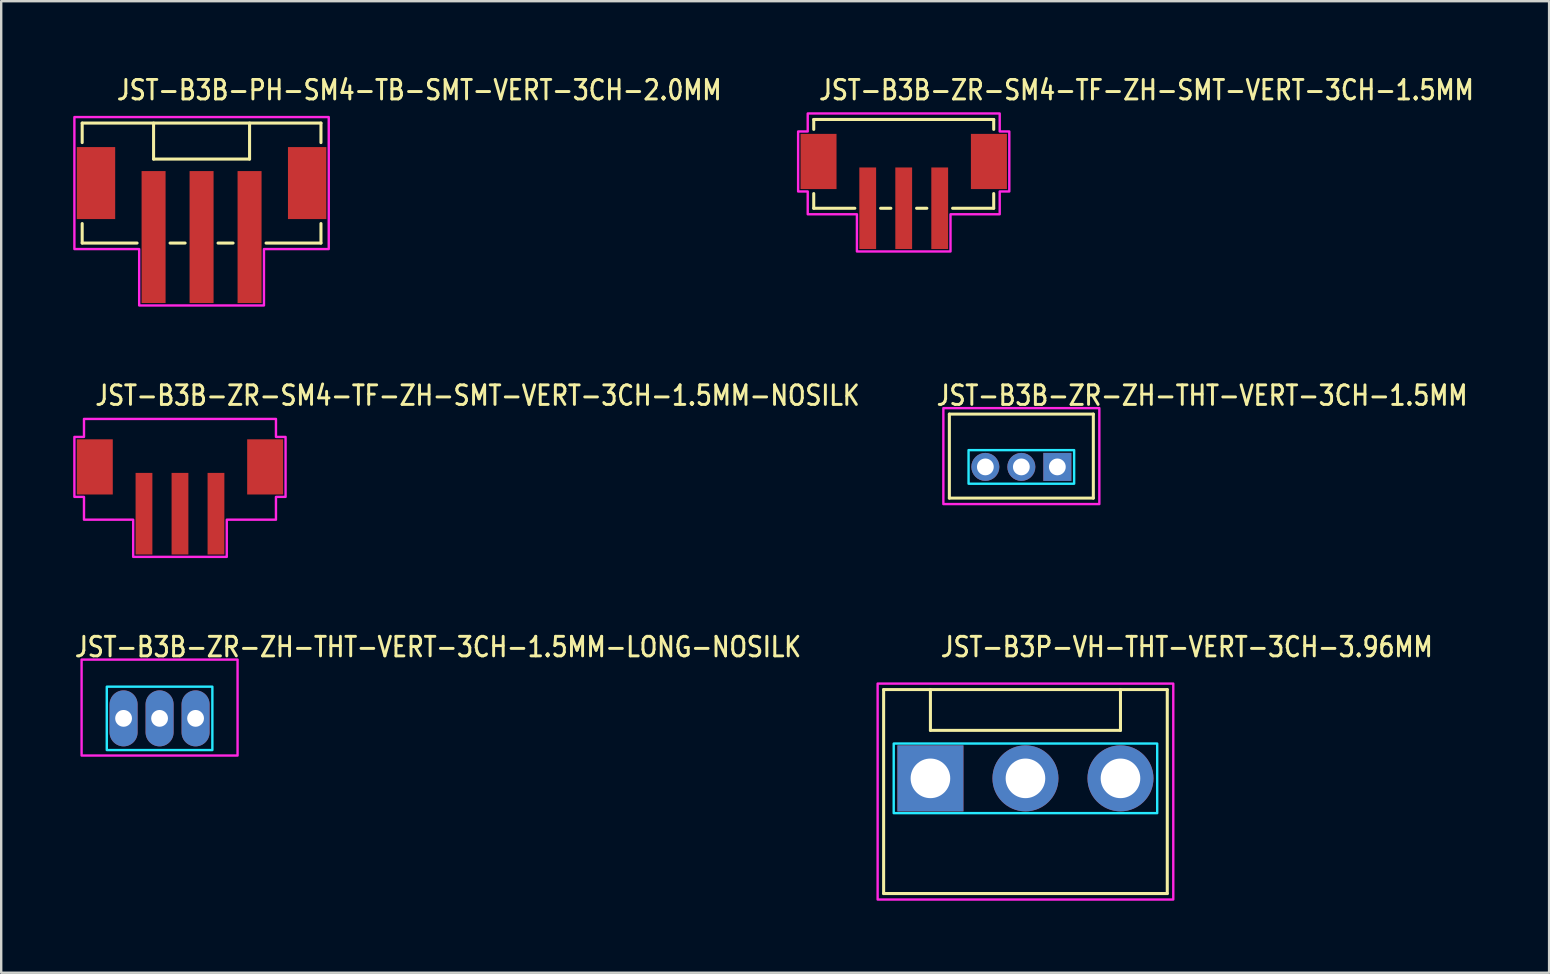
<source format=kicad_pcb>
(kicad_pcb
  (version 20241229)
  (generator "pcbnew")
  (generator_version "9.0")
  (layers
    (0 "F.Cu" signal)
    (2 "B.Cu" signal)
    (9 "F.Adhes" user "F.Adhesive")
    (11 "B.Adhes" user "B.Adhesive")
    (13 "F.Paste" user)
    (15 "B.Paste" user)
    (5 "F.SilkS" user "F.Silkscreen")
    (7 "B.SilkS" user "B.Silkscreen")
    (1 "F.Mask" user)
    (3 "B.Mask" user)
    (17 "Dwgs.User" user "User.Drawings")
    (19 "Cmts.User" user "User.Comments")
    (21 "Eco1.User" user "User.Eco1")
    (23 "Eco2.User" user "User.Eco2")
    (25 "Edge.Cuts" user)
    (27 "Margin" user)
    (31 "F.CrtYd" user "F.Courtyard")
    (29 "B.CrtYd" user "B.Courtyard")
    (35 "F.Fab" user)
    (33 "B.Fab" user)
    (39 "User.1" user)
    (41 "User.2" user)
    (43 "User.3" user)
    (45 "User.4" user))
  (footprint "JST-B3B-ZR-SM4-TF-ZH-SMT-VERT-3CH-1.5MM-NOSILK"
    (layer "F.Cu")
    (at 4.45 16.407)
    (property "Reference" "JST-B3B-ZR-SM4-TF-ZH-SMT-VERT-3CH-1.5MM-NOSILK" (at -3.6 -2.5 0) (unlocked yes) (layer "F.SilkS") (effects (font (size 0.813 0.695) (thickness 0.122)) (justify left bottom)))
    (fp_poly (pts (xy -4 -2) (xy -4 -1.25) (xy -4.4 -1.25) (xy -4.4 1.25) (xy -4 1.25) (xy -4 2.2) (xy -1.95 2.2) (xy -1.95 3.75) (xy 1.95 3.75) (xy 1.95 2.2) (xy 4 2.2) (xy 4 1.25) (xy 4.4 1.25) (xy 4.4 -1.25) (xy 4 -1.25) (xy 4 -2)) (stroke (width 0.1) (type solid)) (fill no) (layer "F.CrtYd"))
    (pad "P$1" smd rect (at -1.5 1.95) (size 0.7 3.4) (layers "F.Cu" "F.Mask" "F.Paste"))
    (pad "P$2" smd rect (at 0 1.95) (size 0.7 3.4) (layers "F.Cu" "F.Mask" "F.Paste"))
    (pad "P$3" smd rect (at 1.5 1.95) (size 0.7 3.4) (layers "F.Cu" "F.Mask" "F.Paste"))
    (pad "P$4" smd rect (at 3.55 0) (size 1.5 2.3) (layers "F.Cu" "F.Mask" "F.Paste"))
    (pad "P$5" smd rect (at -3.55 0) (size 1.5 2.3) (layers "F.Cu" "F.Mask" "F.Paste")))
  (footprint "JST-B3B-ZR-ZH-THT-VERT-3CH-1.5MM"
    (layer "F.Cu")
    (at 39.512 16.407)
    (property "Reference" "JST-B3B-ZR-ZH-THT-VERT-3CH-1.5MM" (at -3.6 -2.5 0) (unlocked yes) (layer "F.SilkS") (effects (font (size 0.813 0.695) (thickness 0.122)) (justify left bottom)))
    (fp_line (start -3 -2.2) (end 3 -2.2) (stroke (width 0.127) (type solid)) (layer "F.SilkS"))
    (fp_line (start -3 1.3) (end -3 -2.2) (stroke (width 0.127) (type solid)) (layer "F.SilkS"))
    (fp_line (start -3 1.3) (end 3 1.3) (stroke (width 0.127) (type solid)) (layer "F.SilkS"))
    (fp_line (start 3 -2.2) (end 3 1.3) (stroke (width 0.127) (type solid)) (layer "F.SilkS"))
    (fp_poly (pts (xy -2.2 -0.7) (xy -2.2 0.7) (xy 2.2 0.7) (xy 2.2 -0.7)) (stroke (width 0.1) (type solid)) (fill no) (layer "B.CrtYd"))
    (fp_poly (pts (xy -3.25 -2.45) (xy -3.25 1.55) (xy 3.25 1.55) (xy 3.25 -2.45)) (stroke (width 0.1) (type solid)) (fill no) (layer "F.CrtYd"))
    (pad "P$1" thru_hole rect (at 1.5 0) (size 1.167 1.167) (drill 0.7) (layers "*.Cu" "*.Mask"))
    (pad "P$2" thru_hole oval (at 0 0) (size 1.167 1.167) (drill 0.7) (layers "*.Cu" "*.Mask"))
    (pad "P$3" thru_hole oval (at -1.5 0) (size 1.167 1.167) (drill 0.7) (layers "*.Cu" "*.Mask")))
  (footprint "JST-B3B-PH-SM4-TB-SMT-VERT-3CH-2.0MM"
    (layer "F.Cu")
    (at 5.35 4.579)
    (property "Reference" "JST-B3B-PH-SM4-TB-SMT-VERT-3CH-2.0MM" (at -3.6 -3.4 0) (unlocked yes) (layer "F.SilkS") (effects (font (size 0.813 0.695) (thickness 0.122)) (justify left bottom)))
    (fp_line (start -4.975 -2.5) (end -4.975 -1.687) (stroke (width 0.127) (type solid)) (layer "F.SilkS"))
    (fp_line (start -4.975 -2.5) (end 4.975 -2.5) (stroke (width 0.127) (type solid)) (layer "F.SilkS"))
    (fp_line (start -4.975 2.5) (end -4.975 1.687) (stroke (width 0.127) (type solid)) (layer "F.SilkS"))
    (fp_line (start -4.975 2.5) (end -2.687 2.5) (stroke (width 0.127) (type solid)) (layer "F.SilkS"))
    (fp_line (start -2 -2.5) (end -2 -1) (stroke (width 0.127) (type solid)) (layer "F.SilkS"))
    (fp_line (start -2 -1) (end 2 -1) (stroke (width 0.127) (type solid)) (layer "F.SilkS"))
    (fp_line (start -1.313 2.5) (end -0.686 2.5) (stroke (width 0.127) (type solid)) (layer "F.SilkS"))
    (fp_line (start 0.686 2.5) (end 1.313 2.5) (stroke (width 0.127) (type solid)) (layer "F.SilkS"))
    (fp_line (start 2 -1) (end 2 -2.5) (stroke (width 0.127) (type solid)) (layer "F.SilkS"))
    (fp_line (start 2.687 2.5) (end 4.975 2.5) (stroke (width 0.127) (type solid)) (layer "F.SilkS"))
    (fp_line (start 4.975 -1.687) (end 4.975 -2.5) (stroke (width 0.127) (type solid)) (layer "F.SilkS"))
    (fp_line (start 4.975 1.687) (end 4.975 2.5) (stroke (width 0.127) (type solid)) (layer "F.SilkS"))
    (fp_poly (pts (xy -5.3 -2.75) (xy -5.3 2.75) (xy -2.6 2.75) (xy -2.6 5.1) (xy 2.6 5.1) (xy 2.6 2.75) (xy 5.3 2.75) (xy 5.3 -2.75)) (stroke (width 0.1) (type solid)) (fill no) (layer "F.CrtYd"))
    (pad "P$1" smd rect (at -2 2.25) (size 1 5.5) (layers "F.Cu" "F.Mask" "F.Paste"))
    (pad "P$2" smd rect (at 0 2.25) (size 1 5.5) (layers "F.Cu" "F.Mask" "F.Paste"))
    (pad "P$3" smd rect (at 2 2.25) (size 1 5.5) (layers "F.Cu" "F.Mask" "F.Paste"))
    (pad "S$1" smd rect (at -4.4 0) (size 1.6 3) (layers "F.Cu" "F.Mask" "F.Paste"))
    (pad "S$2" smd rect (at 4.4 0) (size 1.6 3) (layers "F.Cu" "F.Mask" "F.Paste")))
  (footprint "JST-B3B-ZR-SM4-TF-ZH-SMT-VERT-3CH-1.5MM"
    (layer "F.Cu")
    (at 34.61 3.679)
    (property "Reference" "JST-B3B-ZR-SM4-TF-ZH-SMT-VERT-3CH-1.5MM" (at -3.6 -2.5 0) (unlocked yes) (layer "F.SilkS") (effects (font (size 0.813 0.695) (thickness 0.122)) (justify left bottom)))
    (fp_line (start -3.75 -1.75) (end -3.75 -1.337) (stroke (width 0.127) (type solid)) (layer "F.SilkS"))
    (fp_line (start -3.75 -1.75) (end 3.75 -1.75) (stroke (width 0.127) (type solid)) (layer "F.SilkS"))
    (fp_line (start -3.75 1.95) (end -3.75 1.337) (stroke (width 0.127) (type solid)) (layer "F.SilkS"))
    (fp_line (start -3.75 1.95) (end -2.037 1.95) (stroke (width 0.127) (type solid)) (layer "F.SilkS"))
    (fp_line (start -0.964 1.95) (end -0.536 1.95) (stroke (width 0.127) (type solid)) (layer "F.SilkS"))
    (fp_line (start 0.536 1.95) (end 0.964 1.95) (stroke (width 0.127) (type solid)) (layer "F.SilkS"))
    (fp_line (start 2.037 1.95) (end 3.75 1.95) (stroke (width 0.127) (type solid)) (layer "F.SilkS"))
    (fp_line (start 3.75 -1.337) (end 3.75 -1.75) (stroke (width 0.127) (type solid)) (layer "F.SilkS"))
    (fp_line (start 3.75 1.337) (end 3.75 1.95) (stroke (width 0.127) (type solid)) (layer "F.SilkS"))
    (fp_poly (pts (xy -4 -2) (xy -4 -1.25) (xy -4.4 -1.25) (xy -4.4 1.25) (xy -4 1.25) (xy -4 2.2) (xy -1.95 2.2) (xy -1.95 3.75) (xy 1.95 3.75) (xy 1.95 2.2) (xy 4 2.2) (xy 4 1.25) (xy 4.4 1.25) (xy 4.4 -1.25) (xy 4 -1.25) (xy 4 -2)) (stroke (width 0.1) (type solid)) (fill no) (layer "F.CrtYd"))
    (pad "P$1" smd rect (at -1.5 1.95) (size 0.7 3.4) (layers "F.Cu" "F.Mask" "F.Paste"))
    (pad "P$2" smd rect (at 0 1.95) (size 0.7 3.4) (layers "F.Cu" "F.Mask" "F.Paste"))
    (pad "P$3" smd rect (at 1.5 1.95) (size 0.7 3.4) (layers "F.Cu" "F.Mask" "F.Paste"))
    (pad "S$4" smd rect (at 3.55 0) (size 1.5 2.3) (layers "F.Cu" "F.Mask" "F.Paste"))
    (pad "S$5" smd rect (at -3.55 0) (size 1.5 2.3) (layers "F.Cu" "F.Mask" "F.Paste")))
  (footprint "JST-B3B-ZR-ZH-THT-VERT-3CH-1.5MM-LONG-NOSILK"
    (layer "F.Cu")
    (at 3.6 26.886)
    (property "Reference" "JST-B3B-ZR-ZH-THT-VERT-3CH-1.5MM-LONG-NOSILK" (at -3.6 -2.5 0) (unlocked yes) (layer "F.SilkS") (effects (font (size 0.813 0.695) (thickness 0.122)) (justify left bottom)))
    (fp_poly (pts (xy -2.2 -1.32) (xy -2.2 1.32) (xy 2.2 1.32) (xy 2.2 -1.32)) (stroke (width 0.1) (type solid)) (fill no) (layer "B.CrtYd"))
    (fp_poly (pts (xy -3.25 -2.45) (xy -3.25 1.55) (xy 3.25 1.55) (xy 3.25 -2.45)) (stroke (width 0.1) (type solid)) (fill no) (layer "F.CrtYd"))
    (pad "P$1" thru_hole oval (at 1.5 0 90) (size 2.333 1.167) (drill 0.7) (layers "*.Cu" "*.Mask"))
    (pad "P$2" thru_hole oval (at 0 0 90) (size 2.333 1.167) (drill 0.7) (layers "*.Cu" "*.Mask"))
    (pad "P$3" thru_hole oval (at -1.5 0 90) (size 2.333 1.167) (drill 0.7) (layers "*.Cu" "*.Mask")))
  (footprint "JST-B3P-VH-THT-VERT-3CH-3.96MM"
    (layer "F.Cu")
    (at 39.683 29.386)
    (property "Reference" "JST-B3P-VH-THT-VERT-3CH-3.96MM" (at -3.6 -5 0) (unlocked yes) (layer "F.SilkS") (effects (font (size 0.813 0.695) (thickness 0.122)) (justify left bottom)))
    (fp_line (start -5.91 -3.7) (end 5.91 -3.7) (stroke (width 0.127) (type solid)) (layer "F.SilkS"))
    (fp_line (start -5.91 4.8) (end -5.91 -3.7) (stroke (width 0.127) (type solid)) (layer "F.SilkS"))
    (fp_line (start -5.91 4.8) (end 5.91 4.8) (stroke (width 0.127) (type solid)) (layer "F.SilkS"))
    (fp_line (start -3.96 -3.7) (end -3.96 -2) (stroke (width 0.127) (type solid)) (layer "F.SilkS"))
    (fp_line (start -3.96 -2) (end 3.96 -2) (stroke (width 0.127) (type solid)) (layer "F.SilkS"))
    (fp_line (start 3.96 -3.7) (end 3.96 -2) (stroke (width 0.127) (type solid)) (layer "F.SilkS"))
    (fp_line (start 5.91 -3.7) (end 5.91 4.8) (stroke (width 0.127) (type solid)) (layer "F.SilkS"))
    (fp_poly (pts (xy -5.49 -1.45) (xy -5.49 1.45) (xy 5.49 1.45) (xy 5.49 -1.45)) (stroke (width 0.1) (type solid)) (fill no) (layer "B.CrtYd"))
    (fp_poly (pts (xy -6.16 -3.95) (xy -6.16 5.05) (xy 6.16 5.05) (xy 6.16 -3.95)) (stroke (width 0.1) (type solid)) (fill no) (layer "F.CrtYd"))
    (pad "P$1" thru_hole rect (at -3.96 0) (size 2.75 2.75) (drill 1.65) (layers "*.Cu" "*.Mask"))
    (pad "P$2" thru_hole oval (at 0 0) (size 2.75 2.75) (drill 1.65) (layers "*.Cu" "*.Mask"))
    (pad "P$3" thru_hole oval (at 3.96 0) (size 2.75 2.75) (drill 1.65) (layers "*.Cu" "*.Mask")))
  (gr_rect
    (start -3 -3)
    (end 61.505 37.486)
    (stroke (width 0.1) (type default))
    (fill no)
    (layer "Edge.Cuts")))
</source>
